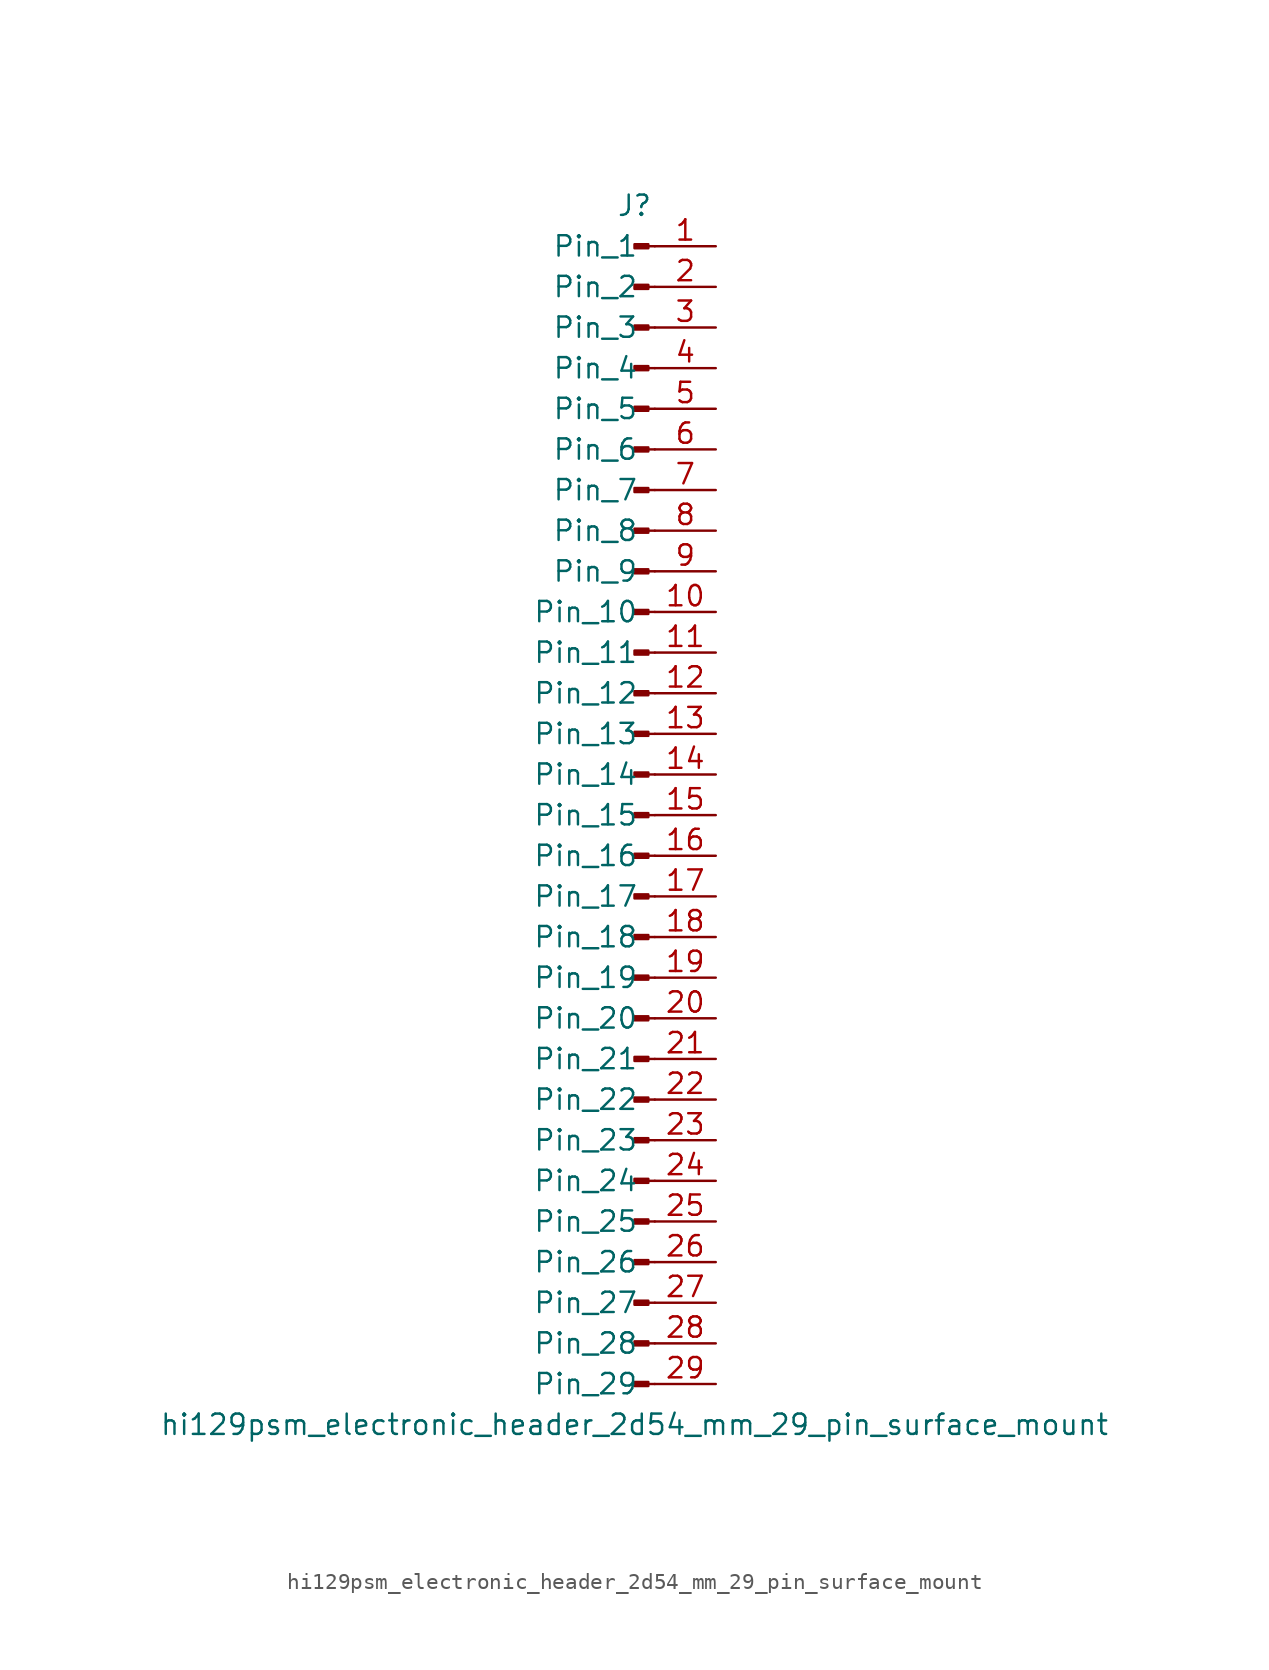
<source format=kicad_sym>
(kicad_symbol_lib
  (version 20220914)
  (generator kicad_symbol_editor)
  (symbol "hi129psm_electronic_header_2d54_mm_29_pin_surface_mount"
    (pin_names
      (offset 1.016))
    (property "Reference" "J"
      (at 0 38.1 0)
      (effects (font (size 1.27 1.27))))
    (property "Value" "hi129psm_electronic_header_2d54_mm_29_pin_surface_mount"
      (at 0 -38.1 0)
      (effects (font (size 1.27 1.27))))
    (property "ki_locked" ""
      (at 0 0 0)
      (effects (font (size 1.27 1.27))))
    (symbol "hi129psm_electronic_header_2d54_mm_29_pin_surface_mount_1_1"
      (polyline (pts (xy 1.27 -35.56) (xy 0.864 -35.56)) (stroke (width 0.152) (type default)) (fill (type none)))
      (polyline (pts (xy 1.27 -33.02) (xy 0.864 -33.02)) (stroke (width 0.152) (type default)) (fill (type none)))
      (polyline (pts (xy 1.27 -30.48) (xy 0.864 -30.48)) (stroke (width 0.152) (type default)) (fill (type none)))
      (polyline (pts (xy 1.27 -27.94) (xy 0.864 -27.94)) (stroke (width 0.152) (type default)) (fill (type none)))
      (polyline (pts (xy 1.27 -25.4) (xy 0.864 -25.4)) (stroke (width 0.152) (type default)) (fill (type none)))
      (polyline (pts (xy 1.27 -22.86) (xy 0.864 -22.86)) (stroke (width 0.152) (type default)) (fill (type none)))
      (polyline (pts (xy 1.27 -20.32) (xy 0.864 -20.32)) (stroke (width 0.152) (type default)) (fill (type none)))
      (polyline (pts (xy 1.27 -17.78) (xy 0.864 -17.78)) (stroke (width 0.152) (type default)) (fill (type none)))
      (polyline (pts (xy 1.27 -15.24) (xy 0.864 -15.24)) (stroke (width 0.152) (type default)) (fill (type none)))
      (polyline (pts (xy 1.27 -12.7) (xy 0.864 -12.7)) (stroke (width 0.152) (type default)) (fill (type none)))
      (polyline (pts (xy 1.27 -10.16) (xy 0.864 -10.16)) (stroke (width 0.152) (type default)) (fill (type none)))
      (polyline (pts (xy 1.27 -7.62) (xy 0.864 -7.62)) (stroke (width 0.152) (type default)) (fill (type none)))
      (polyline (pts (xy 1.27 -5.08) (xy 0.864 -5.08)) (stroke (width 0.152) (type default)) (fill (type none)))
      (polyline (pts (xy 1.27 -2.54) (xy 0.864 -2.54)) (stroke (width 0.152) (type default)) (fill (type none)))
      (polyline (pts (xy 1.27 0) (xy 0.864 0)) (stroke (width 0.152) (type default)) (fill (type none)))
      (polyline (pts (xy 1.27 2.54) (xy 0.864 2.54)) (stroke (width 0.152) (type default)) (fill (type none)))
      (polyline (pts (xy 1.27 5.08) (xy 0.864 5.08)) (stroke (width 0.152) (type default)) (fill (type none)))
      (polyline (pts (xy 1.27 7.62) (xy 0.864 7.62)) (stroke (width 0.152) (type default)) (fill (type none)))
      (polyline (pts (xy 1.27 10.16) (xy 0.864 10.16)) (stroke (width 0.152) (type default)) (fill (type none)))
      (polyline (pts (xy 1.27 12.7) (xy 0.864 12.7)) (stroke (width 0.152) (type default)) (fill (type none)))
      (polyline (pts (xy 1.27 15.24) (xy 0.864 15.24)) (stroke (width 0.152) (type default)) (fill (type none)))
      (polyline (pts (xy 1.27 17.78) (xy 0.864 17.78)) (stroke (width 0.152) (type default)) (fill (type none)))
      (polyline (pts (xy 1.27 20.32) (xy 0.864 20.32)) (stroke (width 0.152) (type default)) (fill (type none)))
      (polyline (pts (xy 1.27 22.86) (xy 0.864 22.86)) (stroke (width 0.152) (type default)) (fill (type none)))
      (polyline (pts (xy 1.27 25.4) (xy 0.864 25.4)) (stroke (width 0.152) (type default)) (fill (type none)))
      (polyline (pts (xy 1.27 27.94) (xy 0.864 27.94)) (stroke (width 0.152) (type default)) (fill (type none)))
      (polyline (pts (xy 1.27 30.48) (xy 0.864 30.48)) (stroke (width 0.152) (type default)) (fill (type none)))
      (polyline (pts (xy 1.27 33.02) (xy 0.864 33.02)) (stroke (width 0.152) (type default)) (fill (type none)))
      (polyline (pts (xy 1.27 35.56) (xy 0.864 35.56)) (stroke (width 0.152) (type default)) (fill (type none)))
      (rectangle (start 0.864 -35.433) (end 0 -35.687) (stroke (width 0.152) (type default)) (fill (type outline)))
      (rectangle (start 0.864 -32.893) (end 0 -33.147) (stroke (width 0.152) (type default)) (fill (type outline)))
      (rectangle (start 0.864 -30.353) (end 0 -30.607) (stroke (width 0.152) (type default)) (fill (type outline)))
      (rectangle (start 0.864 -27.813) (end 0 -28.067) (stroke (width 0.152) (type default)) (fill (type outline)))
      (rectangle (start 0.864 -25.273) (end 0 -25.527) (stroke (width 0.152) (type default)) (fill (type outline)))
      (rectangle (start 0.864 -22.733) (end 0 -22.987) (stroke (width 0.152) (type default)) (fill (type outline)))
      (rectangle (start 0.864 -20.193) (end 0 -20.447) (stroke (width 0.152) (type default)) (fill (type outline)))
      (rectangle (start 0.864 -17.653) (end 0 -17.907) (stroke (width 0.152) (type default)) (fill (type outline)))
      (rectangle (start 0.864 -15.113) (end 0 -15.367) (stroke (width 0.152) (type default)) (fill (type outline)))
      (rectangle (start 0.864 -12.573) (end 0 -12.827) (stroke (width 0.152) (type default)) (fill (type outline)))
      (rectangle (start 0.864 -10.033) (end 0 -10.287) (stroke (width 0.152) (type default)) (fill (type outline)))
      (rectangle (start 0.864 -7.493) (end 0 -7.747) (stroke (width 0.152) (type default)) (fill (type outline)))
      (rectangle (start 0.864 -4.953) (end 0 -5.207) (stroke (width 0.152) (type default)) (fill (type outline)))
      (rectangle (start 0.864 -2.413) (end 0 -2.667) (stroke (width 0.152) (type default)) (fill (type outline)))
      (rectangle (start 0.864 0.127) (end 0 -0.127) (stroke (width 0.152) (type default)) (fill (type outline)))
      (rectangle (start 0.864 2.667) (end 0 2.413) (stroke (width 0.152) (type default)) (fill (type outline)))
      (rectangle (start 0.864 5.207) (end 0 4.953) (stroke (width 0.152) (type default)) (fill (type outline)))
      (rectangle (start 0.864 7.747) (end 0 7.493) (stroke (width 0.152) (type default)) (fill (type outline)))
      (rectangle (start 0.864 10.287) (end 0 10.033) (stroke (width 0.152) (type default)) (fill (type outline)))
      (rectangle (start 0.864 12.827) (end 0 12.573) (stroke (width 0.152) (type default)) (fill (type outline)))
      (rectangle (start 0.864 15.367) (end 0 15.113) (stroke (width 0.152) (type default)) (fill (type outline)))
      (rectangle (start 0.864 17.907) (end 0 17.653) (stroke (width 0.152) (type default)) (fill (type outline)))
      (rectangle (start 0.864 20.447) (end 0 20.193) (stroke (width 0.152) (type default)) (fill (type outline)))
      (rectangle (start 0.864 22.987) (end 0 22.733) (stroke (width 0.152) (type default)) (fill (type outline)))
      (rectangle (start 0.864 25.527) (end 0 25.273) (stroke (width 0.152) (type default)) (fill (type outline)))
      (rectangle (start 0.864 28.067) (end 0 27.813) (stroke (width 0.152) (type default)) (fill (type outline)))
      (rectangle (start 0.864 30.607) (end 0 30.353) (stroke (width 0.152) (type default)) (fill (type outline)))
      (rectangle (start 0.864 33.147) (end 0 32.893) (stroke (width 0.152) (type default)) (fill (type outline)))
      (rectangle (start 0.864 35.687) (end 0 35.433) (stroke (width 0.152) (type default)) (fill (type outline)))
      (pin passive line (at 5.08 35.56 180) (length 3.81) (name "Pin_1" (effects (font (size 1.27 1.27)))) (number "1" (effects (font (size 1.27 1.27)))))
      (pin passive line (at 5.08 12.7 180) (length 3.81) (name "Pin_10" (effects (font (size 1.27 1.27)))) (number "10" (effects (font (size 1.27 1.27)))))
      (pin passive line (at 5.08 10.16 180) (length 3.81) (name "Pin_11" (effects (font (size 1.27 1.27)))) (number "11" (effects (font (size 1.27 1.27)))))
      (pin passive line (at 5.08 7.62 180) (length 3.81) (name "Pin_12" (effects (font (size 1.27 1.27)))) (number "12" (effects (font (size 1.27 1.27)))))
      (pin passive line (at 5.08 5.08 180) (length 3.81) (name "Pin_13" (effects (font (size 1.27 1.27)))) (number "13" (effects (font (size 1.27 1.27)))))
      (pin passive line (at 5.08 2.54 180) (length 3.81) (name "Pin_14" (effects (font (size 1.27 1.27)))) (number "14" (effects (font (size 1.27 1.27)))))
      (pin passive line (at 5.08 0 180) (length 3.81) (name "Pin_15" (effects (font (size 1.27 1.27)))) (number "15" (effects (font (size 1.27 1.27)))))
      (pin passive line (at 5.08 -2.54 180) (length 3.81) (name "Pin_16" (effects (font (size 1.27 1.27)))) (number "16" (effects (font (size 1.27 1.27)))))
      (pin passive line (at 5.08 -5.08 180) (length 3.81) (name "Pin_17" (effects (font (size 1.27 1.27)))) (number "17" (effects (font (size 1.27 1.27)))))
      (pin passive line (at 5.08 -7.62 180) (length 3.81) (name "Pin_18" (effects (font (size 1.27 1.27)))) (number "18" (effects (font (size 1.27 1.27)))))
      (pin passive line (at 5.08 -10.16 180) (length 3.81) (name "Pin_19" (effects (font (size 1.27 1.27)))) (number "19" (effects (font (size 1.27 1.27)))))
      (pin passive line (at 5.08 33.02 180) (length 3.81) (name "Pin_2" (effects (font (size 1.27 1.27)))) (number "2" (effects (font (size 1.27 1.27)))))
      (pin passive line (at 5.08 -12.7 180) (length 3.81) (name "Pin_20" (effects (font (size 1.27 1.27)))) (number "20" (effects (font (size 1.27 1.27)))))
      (pin passive line (at 5.08 -15.24 180) (length 3.81) (name "Pin_21" (effects (font (size 1.27 1.27)))) (number "21" (effects (font (size 1.27 1.27)))))
      (pin passive line (at 5.08 -17.78 180) (length 3.81) (name "Pin_22" (effects (font (size 1.27 1.27)))) (number "22" (effects (font (size 1.27 1.27)))))
      (pin passive line (at 5.08 -20.32 180) (length 3.81) (name "Pin_23" (effects (font (size 1.27 1.27)))) (number "23" (effects (font (size 1.27 1.27)))))
      (pin passive line (at 5.08 -22.86 180) (length 3.81) (name "Pin_24" (effects (font (size 1.27 1.27)))) (number "24" (effects (font (size 1.27 1.27)))))
      (pin passive line (at 5.08 -25.4 180) (length 3.81) (name "Pin_25" (effects (font (size 1.27 1.27)))) (number "25" (effects (font (size 1.27 1.27)))))
      (pin passive line (at 5.08 -27.94 180) (length 3.81) (name "Pin_26" (effects (font (size 1.27 1.27)))) (number "26" (effects (font (size 1.27 1.27)))))
      (pin passive line (at 5.08 -30.48 180) (length 3.81) (name "Pin_27" (effects (font (size 1.27 1.27)))) (number "27" (effects (font (size 1.27 1.27)))))
      (pin passive line (at 5.08 -33.02 180) (length 3.81) (name "Pin_28" (effects (font (size 1.27 1.27)))) (number "28" (effects (font (size 1.27 1.27)))))
      (pin passive line (at 5.08 -35.56 180) (length 3.81) (name "Pin_29" (effects (font (size 1.27 1.27)))) (number "29" (effects (font (size 1.27 1.27)))))
      (pin passive line (at 5.08 30.48 180) (length 3.81) (name "Pin_3" (effects (font (size 1.27 1.27)))) (number "3" (effects (font (size 1.27 1.27)))))
      (pin passive line (at 5.08 27.94 180) (length 3.81) (name "Pin_4" (effects (font (size 1.27 1.27)))) (number "4" (effects (font (size 1.27 1.27)))))
      (pin passive line (at 5.08 25.4 180) (length 3.81) (name "Pin_5" (effects (font (size 1.27 1.27)))) (number "5" (effects (font (size 1.27 1.27)))))
      (pin passive line (at 5.08 22.86 180) (length 3.81) (name "Pin_6" (effects (font (size 1.27 1.27)))) (number "6" (effects (font (size 1.27 1.27)))))
      (pin passive line (at 5.08 20.32 180) (length 3.81) (name "Pin_7" (effects (font (size 1.27 1.27)))) (number "7" (effects (font (size 1.27 1.27)))))
      (pin passive line (at 5.08 17.78 180) (length 3.81) (name "Pin_8" (effects (font (size 1.27 1.27)))) (number "8" (effects (font (size 1.27 1.27)))))
      (pin passive line (at 5.08 15.24 180) (length 3.81) (name "Pin_9" (effects (font (size 1.27 1.27)))) (number "9" (effects (font (size 1.27 1.27))))))))
</source>
